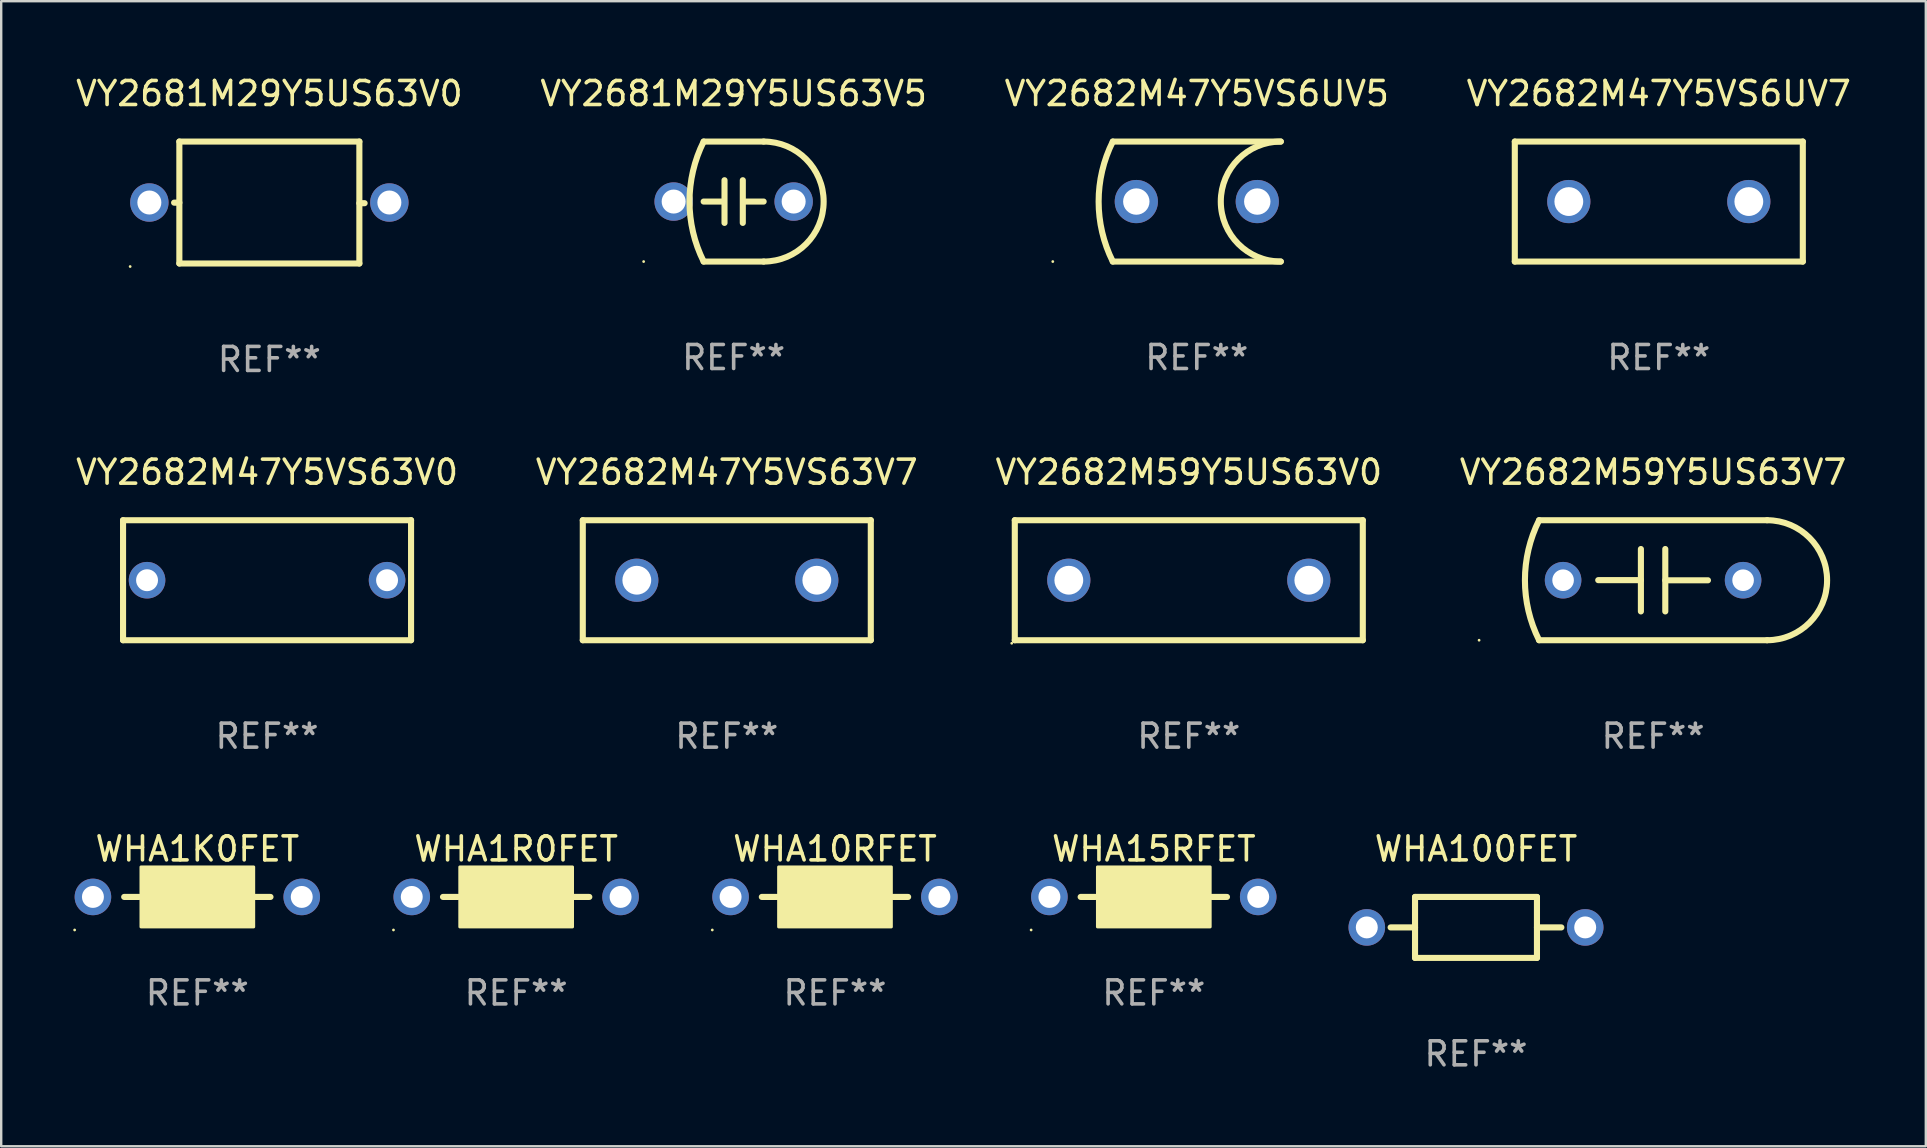
<source format=kicad_pcb>
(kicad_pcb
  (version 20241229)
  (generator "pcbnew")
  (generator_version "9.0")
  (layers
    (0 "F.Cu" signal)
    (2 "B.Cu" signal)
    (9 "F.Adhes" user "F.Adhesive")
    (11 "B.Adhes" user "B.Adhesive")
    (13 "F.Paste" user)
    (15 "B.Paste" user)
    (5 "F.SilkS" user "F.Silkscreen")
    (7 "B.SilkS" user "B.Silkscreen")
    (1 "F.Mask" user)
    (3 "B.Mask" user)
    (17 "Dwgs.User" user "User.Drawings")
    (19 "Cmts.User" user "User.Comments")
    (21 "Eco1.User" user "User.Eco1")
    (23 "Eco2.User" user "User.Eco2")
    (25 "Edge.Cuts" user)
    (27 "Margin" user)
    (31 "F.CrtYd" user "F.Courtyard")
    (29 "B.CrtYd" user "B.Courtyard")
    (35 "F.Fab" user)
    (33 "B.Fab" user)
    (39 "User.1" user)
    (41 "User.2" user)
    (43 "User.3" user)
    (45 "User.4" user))
  (footprint "VY2682M47Y5VS63V0"
    (layer "F.Cu")
    (at 8.077 21.125)
    (property "Reference" "VY2682M47Y5VS63V0" (at 0 -4.5 0) (layer "F.SilkS") (effects (font (size 1 1) (thickness 0.15))))
    (attr through_hole)
    (fp_line (start -6 -2.5) (end 6 -2.5) (stroke (width 0.254) (type solid)) (layer "F.SilkS"))
    (fp_line (start -6 2.5) (end -6 -2.5) (stroke (width 0.254) (type solid)) (layer "F.SilkS"))
    (fp_line (start 6 -2.5) (end 6 2.5) (stroke (width 0.254) (type solid)) (layer "F.SilkS"))
    (fp_line (start 6 2.5) (end -6 2.5) (stroke (width 0.254) (type solid)) (layer "F.SilkS"))
    (fp_circle (center -6 2.5) (end -5.97 2.5) (stroke (width 0.06) (type solid)) (fill no) (layer "F.SilkS"))
    (fp_text user "REF**" (at 0 6.5 0) (layer "F.Fab") (effects (font (size 1 1) (thickness 0.15))))
    (pad "1" thru_hole circle (at -5 0) (size 1.524 1.524) (drill 0.914) (layers "*.Cu" "*.Mask"))
    (pad "2" thru_hole circle (at 5 0) (size 1.524 1.524) (drill 0.914) (layers "*.Cu" "*.Mask")))
  (footprint "WHA100FET"
    (layer "F.Cu")
    (at 58.448 35.591)
    (property "Reference" "WHA100FET" (at 0 -3.27 0) (layer "F.SilkS") (effects (font (size 1 1) (thickness 0.15))))
    (attr through_hole)
    (fp_line (start -2.54 -1.27) (end -2.54 1.27) (stroke (width 0.254) (type solid)) (layer "F.SilkS"))
    (fp_line (start -2.54 -1.27) (end 2.54 -1.27) (stroke (width 0.254) (type solid)) (layer "F.SilkS"))
    (fp_line (start -2.54 0) (end -3.557 0) (stroke (width 0.254) (type solid)) (layer "F.SilkS"))
    (fp_line (start -2.54 1.27) (end 2.54 1.27) (stroke (width 0.254) (type solid)) (layer "F.SilkS"))
    (fp_line (start 2.54 -1.27) (end 2.54 1.27) (stroke (width 0.254) (type solid)) (layer "F.SilkS"))
    (fp_line (start 2.54 0) (end 3.557 0) (stroke (width 0.254) (type solid)) (layer "F.SilkS"))
    (fp_text user "REF**" (at 0 5.27 0) (layer "F.Fab") (effects (font (size 1 1) (thickness 0.15))))
    (pad "1" thru_hole circle (at -4.55 0) (size 1.524 1.524) (drill 0.914) (layers "*.Cu" "*.Mask"))
    (pad "2" thru_hole circle (at 4.55 0) (size 1.524 1.524) (drill 0.914) (layers "*.Cu" "*.Mask")))
  (footprint "WHA1R0FET"
    (layer "F.Cu")
    (at 18.456 34.321)
    (property "Reference" "WHA1R0FET" (at 0 -2 0) (layer "F.SilkS") (effects (font (size 1 1) (thickness 0.15))))
    (attr through_hole)
    (fp_line (start -2.413 0) (end -3.048 0) (stroke (width 0.254) (type solid)) (layer "F.SilkS"))
    (fp_line (start 2.413 0) (end 3.048 0) (stroke (width 0.254) (type solid)) (layer "F.SilkS"))
    (fp_circle (center -5.112 1.377) (end -5.082 1.377) (stroke (width 0.06) (type solid)) (fill no) (layer "F.SilkS"))
    (fp_poly (pts (xy -2.35 -1.25) (xy 2.35 -1.25) (xy 2.35 1.25) (xy -2.35 1.25)) (stroke (width 0.12) (type solid)) (fill yes) (layer "F.SilkS"))
    (fp_text user "REF**" (at 0 4 0) (layer "F.Fab") (effects (font (size 1 1) (thickness 0.15))))
    (pad "1" thru_hole circle (at -4.35 0) (size 1.524 1.524) (drill 0.914) (layers "*.Cu" "*.Mask"))
    (pad "2" thru_hole circle (at 4.35 0) (size 1.524 1.524) (drill 0.914) (layers "*.Cu" "*.Mask")))
  (footprint "VY2682M47Y5VS6UV5"
    (layer "F.Cu")
    (at 46.815 5.348)
    (property "Reference" "VY2682M47Y5VS6UV5" (at 0 -4.5 0) (layer "F.SilkS") (effects (font (size 1 1) (thickness 0.15))))
    (attr through_hole)
    (fp_line (start -3.5 2.5) (end 3.5 2.5) (stroke (width 0.254) (type solid)) (layer "F.SilkS"))
    (fp_line (start 3.5 -2.5) (end -3.5 -2.5) (stroke (width 0.254) (type solid)) (layer "F.SilkS"))
    (fp_arc (start -3.499974 2.5) (mid -4.090136 -0.000003) (end -3.499949 -2.5) (stroke (width 0.254001) (type solid)) (layer "F.SilkS"))
    (fp_arc (start 3.499949 2.5) (mid 0.999975 -0.000013) (end 3.499976 -2.5) (stroke (width 0.254001) (type solid)) (layer "F.SilkS"))
    (fp_circle (center -6 2.5) (end -5.97 2.5) (stroke (width 0.06) (type solid)) (fill no) (layer "F.SilkS"))
    (fp_text user "REF**" (at 0 6.5 0) (layer "F.Fab") (effects (font (size 1 1) (thickness 0.15))))
    (pad "1" thru_hole circle (at -2.52 -0.000076) (size 1.8 1.8) (drill 1.1) (layers "*.Cu" "*.Mask"))
    (pad "2" thru_hole circle (at 2.52 -0.000076) (size 1.8 1.8) (drill 1.1) (layers "*.Cu" "*.Mask")))
  (footprint "WHA15RFET"
    (layer "F.Cu")
    (at 45.024 34.321)
    (property "Reference" "WHA15RFET" (at 0 -2 0) (layer "F.SilkS") (effects (font (size 1 1) (thickness 0.15))))
    (attr through_hole)
    (fp_line (start -2.413 0) (end -3.048 0) (stroke (width 0.254) (type solid)) (layer "F.SilkS"))
    (fp_line (start 2.413 0) (end 3.048 0) (stroke (width 0.254) (type solid)) (layer "F.SilkS"))
    (fp_circle (center -5.112 1.377) (end -5.082 1.377) (stroke (width 0.06) (type solid)) (fill no) (layer "F.SilkS"))
    (fp_poly (pts (xy -2.35 -1.25) (xy 2.35 -1.25) (xy 2.35 1.25) (xy -2.35 1.25)) (stroke (width 0.12) (type solid)) (fill yes) (layer "F.SilkS"))
    (fp_text user "REF**" (at 0 4 0) (layer "F.Fab") (effects (font (size 1 1) (thickness 0.15))))
    (pad "1" thru_hole circle (at -4.35 0) (size 1.524 1.524) (drill 0.914) (layers "*.Cu" "*.Mask"))
    (pad "2" thru_hole circle (at 4.35 0) (size 1.524 1.524) (drill 0.914) (layers "*.Cu" "*.Mask")))
  (footprint "VY2682M59Y5US63V0"
    (layer "F.Cu")
    (at 46.482 21.125)
    (property "Reference" "VY2682M59Y5US63V0" (at 0 -4.5 0) (layer "F.SilkS") (effects (font (size 1 1) (thickness 0.15))))
    (attr through_hole)
    (fp_line (start -7.25 -2.5) (end -7.25 2.5) (stroke (width 0.254) (type solid)) (layer "F.SilkS"))
    (fp_line (start -7.25 -2.5) (end 7.25 -2.5) (stroke (width 0.254) (type solid)) (layer "F.SilkS"))
    (fp_line (start 7.25 2.5) (end -7.25 2.5) (stroke (width 0.254) (type solid)) (layer "F.SilkS"))
    (fp_line (start 7.25 -2.5) (end 7.25 2.5) (stroke (width 0.254) (type solid)) (layer "F.SilkS"))
    (fp_circle (center -7.377 2.627) (end -7.347 2.627) (stroke (width 0.06) (type solid)) (fill no) (layer "F.SilkS"))
    (fp_text user "REF**" (at 0 6.5 0) (layer "F.Fab") (effects (font (size 1 1) (thickness 0.15))))
    (pad "1" thru_hole circle (at -5 0) (size 1.8 1.8) (drill 1.2) (layers "*.Cu" "*.Mask"))
    (pad "2" thru_hole circle (at 5 0) (size 1.8 1.8) (drill 1.2) (layers "*.Cu" "*.Mask")))
  (footprint "VY2681M29Y5US63V5"
    (layer "F.Cu")
    (at 27.518 5.348)
    (property "Reference" "VY2681M29Y5US63V5" (at 0 -4.5 0) (layer "F.SilkS") (effects (font (size 1 1) (thickness 0.15))))
    (attr through_hole)
    (fp_line (start -1.25 0) (end -0.508 0) (stroke (width 0.254) (type solid)) (layer "F.SilkS"))
    (fp_line (start -1.25 -2.5) (end 1.25 -2.5) (stroke (width 0.254) (type solid)) (layer "F.SilkS"))
    (fp_line (start -1.25 2.5) (end 1.25 2.5) (stroke (width 0.254) (type solid)) (layer "F.SilkS"))
    (fp_line (start -0.381 -0.889) (end -0.381 0.889) (stroke (width 0.254) (type solid)) (layer "F.SilkS"))
    (fp_line (start 0.381 -0.889) (end 0.381 0.889) (stroke (width 0.254) (type solid)) (layer "F.SilkS"))
    (fp_line (start 1.25 0) (end 0.508 0) (stroke (width 0.254) (type solid)) (layer "F.SilkS"))
    (fp_arc (start -1.249607 2.5) (mid -1.839785 0.000003) (end -1.249632 -2.5) (stroke (width 0.254001) (type solid)) (layer "F.SilkS"))
    (fp_arc (start 1.249605 -2.5) (mid 3.749606 -0.000014) (end 1.249632 2.5) (stroke (width 0.254001) (type solid)) (layer "F.SilkS"))
    (fp_circle (center -3.75 2.5) (end -3.72 2.5) (stroke (width 0.06) (type solid)) (fill no) (layer "F.SilkS"))
    (fp_text user "REF**" (at 0 6.5 0) (layer "F.Fab") (effects (font (size 1 1) (thickness 0.15))))
    (pad "1" thru_hole circle (at -2.5 0) (size 1.6 1.6) (drill 1) (layers "*.Cu" "*.Mask"))
    (pad "2" thru_hole circle (at 2.5 0) (size 1.6 1.6) (drill 1) (layers "*.Cu" "*.Mask")))
  (footprint "VY2682M47Y5VS6UV7"
    (layer "F.Cu")
    (at 66.065 5.348)
    (property "Reference" "VY2682M47Y5VS6UV7" (at 0 -4.5 0) (layer "F.SilkS") (effects (font (size 1 1) (thickness 0.15))))
    (attr through_hole)
    (fp_line (start -6 -2.5) (end 6 -2.5) (stroke (width 0.254) (type solid)) (layer "F.SilkS"))
    (fp_line (start -6 2.5) (end -6 -2.5) (stroke (width 0.254) (type solid)) (layer "F.SilkS"))
    (fp_line (start 6 -2.5) (end 6 2.5) (stroke (width 0.254) (type solid)) (layer "F.SilkS"))
    (fp_line (start 6 2.5) (end -6 2.5) (stroke (width 0.254) (type solid)) (layer "F.SilkS"))
    (fp_circle (center -6 2.5) (end -5.97 2.5) (stroke (width 0.06) (type solid)) (fill no) (layer "F.SilkS"))
    (fp_text user "REF**" (at 0 6.5 0) (layer "F.Fab") (effects (font (size 1 1) (thickness 0.15))))
    (pad "1" thru_hole circle (at -3.75 0) (size 1.8 1.8) (drill 1.2) (layers "*.Cu" "*.Mask"))
    (pad "2" thru_hole circle (at 3.75 0) (size 1.8 1.8) (drill 1.2) (layers "*.Cu" "*.Mask")))
  (footprint "VY2682M47Y5VS63V7"
    (layer "F.Cu")
    (at 27.232 21.125)
    (property "Reference" "VY2682M47Y5VS63V7" (at 0 -4.5 0) (layer "F.SilkS") (effects (font (size 1 1) (thickness 0.15))))
    (attr through_hole)
    (fp_line (start -6 -2.5) (end 6 -2.5) (stroke (width 0.254) (type solid)) (layer "F.SilkS"))
    (fp_line (start -6 2.5) (end -6 -2.5) (stroke (width 0.254) (type solid)) (layer "F.SilkS"))
    (fp_line (start 6 -2.5) (end 6 2.5) (stroke (width 0.254) (type solid)) (layer "F.SilkS"))
    (fp_line (start 6 2.5) (end -6 2.5) (stroke (width 0.254) (type solid)) (layer "F.SilkS"))
    (fp_circle (center -6 2.5) (end -5.97 2.5) (stroke (width 0.06) (type solid)) (fill no) (layer "F.SilkS"))
    (fp_text user "REF**" (at 0 6.5 0) (layer "F.Fab") (effects (font (size 1 1) (thickness 0.15))))
    (pad "1" thru_hole circle (at -3.75 0) (size 1.8 1.8) (drill 1.2) (layers "*.Cu" "*.Mask"))
    (pad "2" thru_hole circle (at 3.75 0) (size 1.8 1.8) (drill 1.2) (layers "*.Cu" "*.Mask")))
  (footprint "VY2682M59Y5US63V7"
    (layer "F.Cu")
    (at 65.827 21.125)
    (property "Reference" "VY2682M59Y5US63V7" (at 0 -4.5 0) (layer "F.SilkS") (effects (font (size 1 1) (thickness 0.15))))
    (attr through_hole)
    (fp_line (start -4.75 -2.5) (end 4.75 -2.5) (stroke (width 0.254) (type solid)) (layer "F.SilkS"))
    (fp_line (start -0.508 -1.3) (end -0.508 1.3) (stroke (width 0.254) (type solid)) (layer "F.SilkS"))
    (fp_line (start -0.508 -0.003) (end -2.286 -0.003) (stroke (width 0.254) (type solid)) (layer "F.SilkS"))
    (fp_line (start 0.508 0.003) (end 2.286 0.003) (stroke (width 0.254) (type solid)) (layer "F.SilkS"))
    (fp_line (start 0.508 1.3) (end 0.508 -1.3) (stroke (width 0.254) (type solid)) (layer "F.SilkS"))
    (fp_line (start 4.75 2.5) (end -4.75 2.5) (stroke (width 0.254) (type solid)) (layer "F.SilkS"))
    (fp_arc (start -4.74981 2.499365) (mid -5.339973 -0.000294) (end -4.750013 -2.5) (stroke (width 0.254001) (type solid)) (layer "F.SilkS"))
    (fp_arc (start 4.749809 -2.499364) (mid 7.249504 0.000216) (end 4.750013 2.5) (stroke (width 0.254001) (type solid)) (layer "F.SilkS"))
    (fp_circle (center -7.25 2.5) (end -7.22 2.5) (stroke (width 0.06) (type solid)) (fill no) (layer "F.SilkS"))
    (fp_text user "REF**" (at 0 6.5 0) (layer "F.Fab") (effects (font (size 1 1) (thickness 0.15))))
    (pad "1" thru_hole circle (at -3.75 0) (size 1.524 1.524) (drill 0.9) (layers "*.Cu" "*.Mask"))
    (pad "2" thru_hole circle (at 3.75 0) (size 1.524 1.524) (drill 0.9) (layers "*.Cu" "*.Mask")))
  (footprint "WHA10RFET"
    (layer "F.Cu")
    (at 31.74 34.321)
    (property "Reference" "WHA10RFET" (at 0 -2 0) (layer "F.SilkS") (effects (font (size 1 1) (thickness 0.15))))
    (attr through_hole)
    (fp_line (start -2.413 0) (end -3.048 0) (stroke (width 0.254) (type solid)) (layer "F.SilkS"))
    (fp_line (start 2.413 0) (end 3.048 0) (stroke (width 0.254) (type solid)) (layer "F.SilkS"))
    (fp_circle (center -5.112 1.377) (end -5.082 1.377) (stroke (width 0.06) (type solid)) (fill no) (layer "F.SilkS"))
    (fp_poly (pts (xy -2.35 -1.25) (xy 2.35 -1.25) (xy 2.35 1.25) (xy -2.35 1.25)) (stroke (width 0.12) (type solid)) (fill yes) (layer "F.SilkS"))
    (fp_text user "REF**" (at 0 4 0) (layer "F.Fab") (effects (font (size 1 1) (thickness 0.15))))
    (pad "1" thru_hole circle (at -4.35 0) (size 1.524 1.524) (drill 0.914) (layers "*.Cu" "*.Mask"))
    (pad "2" thru_hole circle (at 4.35 0) (size 1.524 1.524) (drill 0.914) (layers "*.Cu" "*.Mask")))
  (footprint "VY2681M29Y5US63V0"
    (layer "F.Cu")
    (at 8.173 5.388)
    (property "Reference" "VY2681M29Y5US63V0" (at 0 -4.54 0) (layer "F.SilkS") (effects (font (size 1 1) (thickness 0.15))))
    (attr through_hole)
    (fp_line (start -3.75 -2.54) (end 3.75 -2.54) (stroke (width 0.254) (type solid)) (layer "F.SilkS"))
    (fp_line (start -3.75 0.006) (end -3.969 0.006) (stroke (width 0.254) (type solid)) (layer "F.SilkS"))
    (fp_line (start -3.75 2.54) (end -3.75 -2.54) (stroke (width 0.254) (type solid)) (layer "F.SilkS"))
    (fp_line (start 3.75 -2.54) (end 3.75 2.54) (stroke (width 0.254) (type solid)) (layer "F.SilkS"))
    (fp_line (start 3.75 0.028) (end 3.969 0.028) (stroke (width 0.254) (type solid)) (layer "F.SilkS"))
    (fp_line (start 3.75 2.54) (end -3.75 2.54) (stroke (width 0.254) (type solid)) (layer "F.SilkS"))
    (fp_circle (center -5.8 2.667) (end -5.77 2.667) (stroke (width 0.06) (type solid)) (fill no) (layer "F.SilkS"))
    (fp_text user "REF**" (at 0 6.54 0) (layer "F.Fab") (effects (font (size 1 1) (thickness 0.15))))
    (pad "1" thru_hole circle (at -5 0) (size 1.6 1.6) (drill 1) (layers "*.Cu" "*.Mask"))
    (pad "2" thru_hole circle (at 5 0) (size 1.6 1.6) (drill 1) (layers "*.Cu" "*.Mask")))
  (footprint "WHA1K0FET"
    (layer "F.Cu")
    (at 5.172 34.321)
    (property "Reference" "WHA1K0FET" (at 0 -2 0) (layer "F.SilkS") (effects (font (size 1 1) (thickness 0.15))))
    (attr through_hole)
    (fp_line (start -2.413 0) (end -3.048 0) (stroke (width 0.254) (type solid)) (layer "F.SilkS"))
    (fp_line (start 2.413 0) (end 3.048 0) (stroke (width 0.254) (type solid)) (layer "F.SilkS"))
    (fp_circle (center -5.112 1.377) (end -5.082 1.377) (stroke (width 0.06) (type solid)) (fill no) (layer "F.SilkS"))
    (fp_poly (pts (xy -2.35 -1.25) (xy 2.35 -1.25) (xy 2.35 1.25) (xy -2.35 1.25)) (stroke (width 0.12) (type solid)) (fill yes) (layer "F.SilkS"))
    (fp_text user "REF**" (at 0 4 0) (layer "F.Fab") (effects (font (size 1 1) (thickness 0.15))))
    (pad "1" thru_hole circle (at -4.35 0) (size 1.524 1.524) (drill 0.914) (layers "*.Cu" "*.Mask"))
    (pad "2" thru_hole circle (at 4.35 0) (size 1.524 1.524) (drill 0.914) (layers "*.Cu" "*.Mask")))
  (gr_rect
    (start -3 -3)
    (end 77.19 44.71)
    (stroke (width 0.1) (type default))
    (fill no)
    (layer "Edge.Cuts")))
</source>
